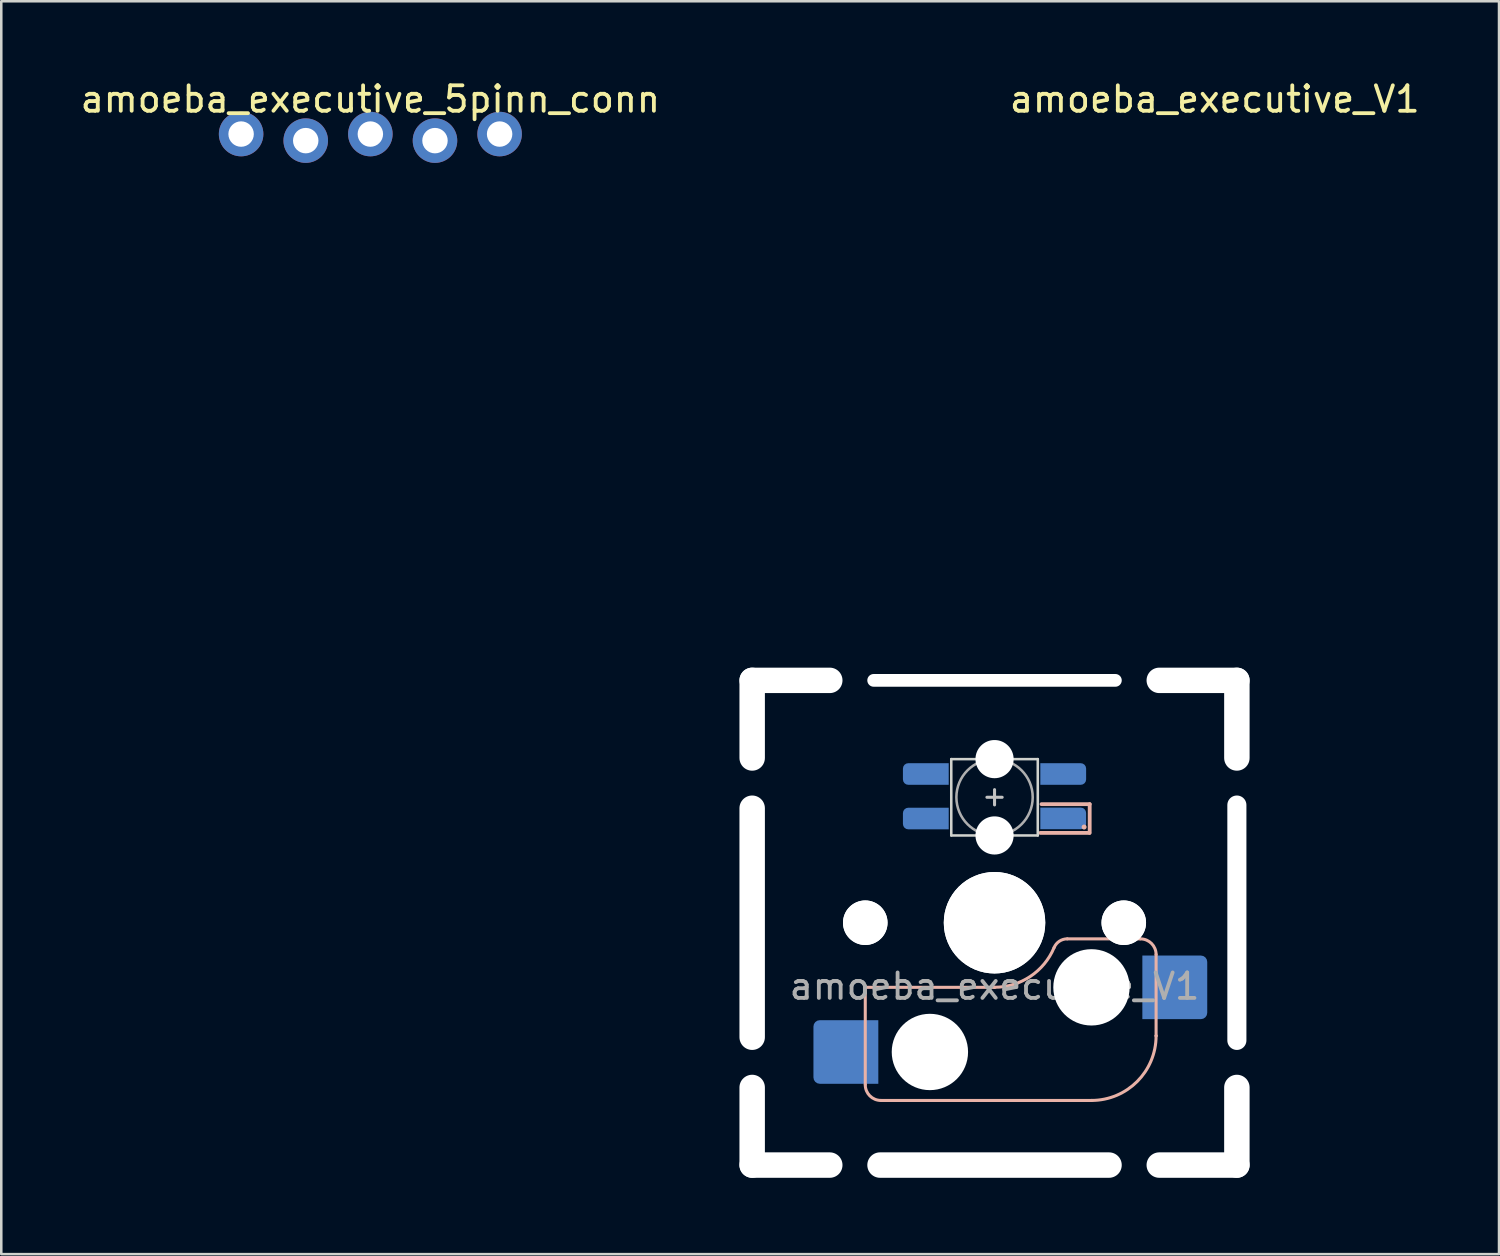
<source format=kicad_pcb>
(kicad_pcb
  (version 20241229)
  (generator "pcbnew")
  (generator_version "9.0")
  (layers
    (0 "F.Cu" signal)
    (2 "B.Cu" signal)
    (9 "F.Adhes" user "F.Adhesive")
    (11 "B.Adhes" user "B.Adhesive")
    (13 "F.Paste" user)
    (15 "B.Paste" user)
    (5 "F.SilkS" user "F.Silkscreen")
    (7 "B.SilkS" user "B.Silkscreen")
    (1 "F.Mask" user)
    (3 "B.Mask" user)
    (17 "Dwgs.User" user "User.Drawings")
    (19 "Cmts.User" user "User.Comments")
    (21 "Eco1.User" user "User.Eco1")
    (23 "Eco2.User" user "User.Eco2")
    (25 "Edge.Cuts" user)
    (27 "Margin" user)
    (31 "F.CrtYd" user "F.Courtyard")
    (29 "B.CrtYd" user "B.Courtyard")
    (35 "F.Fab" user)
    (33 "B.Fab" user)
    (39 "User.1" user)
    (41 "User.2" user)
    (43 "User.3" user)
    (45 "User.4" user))
  (footprint "amoeba_executive_V1"
    (layer "F.Cu")
    (at 36.037 33.215)
    (property "Reference" "amoeba_executive_V1" (at 8.655 -32.367 0) (unlocked yes) (layer "F.SilkS") (effects (font (size 1 1) (thickness 0.15))))
    (attr through_hole)
    (fp_line (start -5.08 2.54) (end -5.08 2.54) (stroke (width 0.12) (type solid)) (layer "B.SilkS"))
    (fp_line (start -5.08 2.54) (end -5.08 2.54) (stroke (width 0.12) (type solid)) (layer "B.SilkS"))
    (fp_line (start -5.08 6.36) (end -5.08 2.54) (stroke (width 0.12) (type solid)) (layer "B.SilkS"))
    (fp_line (start -4.46 6.985) (end 3.81 6.985) (stroke (width 0.12) (type solid)) (layer "B.SilkS"))
    (fp_line (start 0 2.54) (end -5.08 2.54) (stroke (width 0.12) (type solid)) (layer "B.SilkS"))
    (fp_line (start 0 2.54) (end 0 2.54) (stroke (width 0.12) (type solid)) (layer "B.SilkS"))
    (fp_line (start 1.8 -3.53) (end 3.724 -3.53) (stroke (width 0.15) (type solid)) (layer "B.SilkS"))
    (fp_line (start 2.86 0.635) (end 5.72 0.635) (stroke (width 0.12) (type solid)) (layer "B.SilkS"))
    (fp_line (start 3.74 -4.66) (end 1.847 -4.66) (stroke (width 0.15) (type solid)) (layer "B.SilkS"))
    (fp_line (start 3.74 -3.53) (end 3.74 -4.66) (stroke (width 0.15) (type solid)) (layer "B.SilkS"))
    (fp_line (start 3.81 6.985) (end 3.81 6.985) (stroke (width 0.12) (type solid)) (layer "B.SilkS"))
    (fp_line (start 6.35 1.25) (end 6.35 4.445) (stroke (width 0.12) (type solid)) (layer "B.SilkS"))
    (fp_line (start 6.35 4.445) (end 6.35 4.445) (stroke (width 0.12) (type solid)) (layer "B.SilkS"))
    (fp_arc (start -4.465 6.985) (mid -4.899871 6.804871) (end -5.08 6.37) (stroke (width 0.12) (type default)) (layer "B.SilkS"))
    (fp_arc (start 2.34 0.98) (mid 1.405313 2.11213) (end 0 2.536928) (stroke (width 0.12) (type solid)) (layer "B.SilkS"))
    (fp_arc (start 2.34 0.98) (mid 2.547383 0.727891) (end 2.859999 0.633863) (stroke (width 0.12) (type default)) (layer "B.SilkS"))
    (fp_arc (start 5.735129 0.635) (mid 6.170016 0.815134) (end 6.350129 1.25) (stroke (width 0.12) (type default)) (layer "B.SilkS"))
    (fp_arc (start 6.35 4.445) (mid 5.606051 6.241051) (end 3.81 6.985) (stroke (width 0.12) (type solid)) (layer "B.SilkS"))
    (fp_circle (center 3.521 -3.76) (end 3.62 -3.76) (stroke (width 0) (type solid)) (fill yes) (layer "B.SilkS"))
    (fp_line (start -9.525 -9.525) (end -9.525 -9.525) (stroke (width 0.15) (type solid)) (layer "Dwgs.User"))
    (fp_line (start -9.525 -9.525) (end -9.525 -9.525) (stroke (width 0.15) (type solid)) (layer "Dwgs.User"))
    (fp_line (start -9.525 -9.525) (end -9.525 -9.525) (stroke (width 0.15) (type solid)) (layer "Dwgs.User"))
    (fp_line (start -9.525 -9.525) (end -9.525 -9.525) (stroke (width 0.15) (type solid)) (layer "Dwgs.User"))
    (fp_line (start -9.525 9.525) (end -9.525 9.525) (stroke (width 0.15) (type solid)) (layer "Dwgs.User"))
    (fp_line (start -9.525 9.525) (end -9.525 9.525) (stroke (width 0.15) (type solid)) (layer "Dwgs.User"))
    (fp_line (start -9.525 9.525) (end -9.525 9.525) (stroke (width 0.15) (type solid)) (layer "Dwgs.User"))
    (fp_line (start -9.525 9.525) (end -9.525 9.525) (stroke (width 0.15) (type solid)) (layer "Dwgs.User"))
    (fp_line (start -0.299 -4.93) (end 0.3 -4.93) (stroke (width 0.12) (type solid)) (layer "Dwgs.User"))
    (fp_line (start 0.001 -4.63) (end 0.001 -5.23) (stroke (width 0.12) (type solid)) (layer "Dwgs.User"))
    (fp_line (start 9.525 -9.525) (end 9.525 -9.525) (stroke (width 0.15) (type solid)) (layer "Dwgs.User"))
    (fp_line (start 9.525 -9.525) (end 9.525 -9.525) (stroke (width 0.15) (type solid)) (layer "Dwgs.User"))
    (fp_line (start 9.525 -9.525) (end 9.525 -9.525) (stroke (width 0.15) (type solid)) (layer "Dwgs.User"))
    (fp_line (start 9.525 -9.525) (end 9.525 -9.525) (stroke (width 0.15) (type solid)) (layer "Dwgs.User"))
    (fp_line (start 9.525 9.525) (end 9.525 9.525) (stroke (width 0.15) (type solid)) (layer "Dwgs.User"))
    (fp_line (start 9.525 9.525) (end 9.525 9.525) (stroke (width 0.15) (type solid)) (layer "Dwgs.User"))
    (fp_line (start 9.525 9.525) (end 9.525 9.525) (stroke (width 0.15) (type solid)) (layer "Dwgs.User"))
    (fp_line (start 9.525 9.525) (end 9.525 9.525) (stroke (width 0.15) (type solid)) (layer "Dwgs.User"))
    (fp_line (start -9.525 -1.27) (end -9.525 -3.81) (stroke (width 0.1) (type solid)) (layer "Eco1.User"))
    (fp_line (start -9.525 1.27) (end -9.525 3.81) (stroke (width 0.1) (type solid)) (layer "Eco1.User"))
    (fp_line (start -8.255 -7.62) (end -8.255 -5.08) (stroke (width 0.1) (type solid)) (layer "Eco1.User"))
    (fp_line (start -8.255 5.08) (end -8.255 7.62) (stroke (width 0.1) (type solid)) (layer "Eco1.User"))
    (fp_line (start -7.62 -8.255) (end -6.35 -8.255) (stroke (width 0.1) (type solid)) (layer "Eco1.User"))
    (fp_line (start -7.62 -7.62) (end -5.62 -7.62) (stroke (width 0.381) (type solid)) (layer "Eco1.User"))
    (fp_line (start -7.62 -5.62) (end -7.62 -7.62) (stroke (width 0.381) (type solid)) (layer "Eco1.User"))
    (fp_line (start -7.62 5.62) (end -7.62 7.62) (stroke (width 0.381) (type solid)) (layer "Eco1.User"))
    (fp_line (start -7.62 7.62) (end -5.62 7.62) (stroke (width 0.381) (type solid)) (layer "Eco1.User"))
    (fp_line (start -7.62 8.255) (end -6.35 8.255) (stroke (width 0.1) (type solid)) (layer "Eco1.User"))
    (fp_line (start -5.08 -9.525) (end -2.293 -9.525) (stroke (width 0.1) (type solid)) (layer "Eco1.User"))
    (fp_line (start -5.08 9.525) (end -2.293 9.525) (stroke (width 0.1) (type solid)) (layer "Eco1.User"))
    (fp_line (start 0.247 9.525) (end 5.08 9.525) (stroke (width 0.1) (type solid)) (layer "Eco1.User"))
    (fp_line (start 5.08 -9.525) (end 0.247 -9.525) (stroke (width 0.1) (type solid)) (layer "Eco1.User"))
    (fp_line (start 5.62 -7.62) (end 7.62 -7.62) (stroke (width 0.381) (type solid)) (layer "Eco1.User"))
    (fp_line (start 5.62 7.62) (end 7.62 7.62) (stroke (width 0.381) (type solid)) (layer "Eco1.User"))
    (fp_line (start 6.35 -8.255) (end 7.62 -8.255) (stroke (width 0.1) (type solid)) (layer "Eco1.User"))
    (fp_line (start 7.62 -5.62) (end 7.62 -7.62) (stroke (width 0.381) (type solid)) (layer "Eco1.User"))
    (fp_line (start 7.62 7.62) (end 7.62 5.62) (stroke (width 0.381) (type solid)) (layer "Eco1.User"))
    (fp_line (start 7.62 8.255) (end 6.35 8.255) (stroke (width 0.1) (type solid)) (layer "Eco1.User"))
    (fp_line (start 8.255 -7.62) (end 8.255 -5.08) (stroke (width 0.1) (type solid)) (layer "Eco1.User"))
    (fp_line (start 8.255 7.62) (end 8.255 5.08) (stroke (width 0.1) (type solid)) (layer "Eco1.User"))
    (fp_line (start 9.525 -1.27) (end 9.525 -3.81) (stroke (width 0.1) (type solid)) (layer "Eco1.User"))
    (fp_line (start 9.525 1.27) (end 9.525 3.81) (stroke (width 0.1) (type solid)) (layer "Eco1.User"))
    (fp_arc (start -9.525 -3.81) (mid -9.339013 -4.259013) (end -8.89 -4.445) (stroke (width 0.1) (type solid)) (layer "Eco1.User"))
    (fp_arc (start -9.525 -1.8) (mid -7.725 0) (end -9.525 1.8) (stroke (width 0.1) (type solid)) (layer "Eco1.User"))
    (fp_arc (start -9.525 -1.27) (mid -8.255 0) (end -9.525 1.27) (stroke (width 0.1) (type solid)) (layer "Eco1.User"))
    (fp_arc (start -8.89 4.445) (mid -9.339013 4.259013) (end -9.525 3.81) (stroke (width 0.1) (type solid)) (layer "Eco1.User"))
    (fp_arc (start -8.89 4.445) (mid -8.440987 4.630987) (end -8.255 5.08) (stroke (width 0.1) (type solid)) (layer "Eco1.User"))
    (fp_arc (start -8.255 -7.62) (mid -8.069013 -8.069013) (end -7.62 -8.255) (stroke (width 0.1) (type solid)) (layer "Eco1.User"))
    (fp_arc (start -8.255 -5.08) (mid -8.440987 -4.630987) (end -8.89 -4.445) (stroke (width 0.1) (type solid)) (layer "Eco1.User"))
    (fp_arc (start -7.62 8.255) (mid -8.069013 8.069013) (end -8.255 7.62) (stroke (width 0.1) (type solid)) (layer "Eco1.User"))
    (fp_arc (start -6.35 8.255) (mid -5.900987 8.440987) (end -5.715 8.89) (stroke (width 0.1) (type solid)) (layer "Eco1.User"))
    (fp_arc (start -5.715 -8.89) (mid -5.900987 -8.440987) (end -6.35 -8.255) (stroke (width 0.1) (type solid)) (layer "Eco1.User"))
    (fp_arc (start -5.715 -8.89) (mid -5.529013 -9.339013) (end -5.08 -9.525) (stroke (width 0.1) (type solid)) (layer "Eco1.User"))
    (fp_arc (start -5.08 9.525) (mid -5.529013 9.339013) (end -5.715 8.89) (stroke (width 0.1) (type solid)) (layer "Eco1.User"))
    (fp_arc (start -2.8264 9.525) (mid -1.023 7.7216) (end 0.7804 9.525) (stroke (width 0.1) (type solid)) (layer "Eco1.User"))
    (fp_arc (start -2.293 9.525) (mid -1.023 8.255) (end 0.247 9.525) (stroke (width 0.1) (type solid)) (layer "Eco1.User"))
    (fp_arc (start 0.247 -9.525) (mid -1.023 -8.255) (end -2.293 -9.525) (stroke (width 0.1) (type solid)) (layer "Eco1.User"))
    (fp_arc (start 0.7804 -9.525) (mid -1.023 -7.7216) (end -2.8264 -9.525) (stroke (width 0.1) (type solid)) (layer "Eco1.User"))
    (fp_arc (start 5.08 -9.525) (mid 5.529013 -9.339013) (end 5.715 -8.89) (stroke (width 0.1) (type solid)) (layer "Eco1.User"))
    (fp_arc (start 5.715 8.89) (mid 5.529013 9.339013) (end 5.08 9.525) (stroke (width 0.1) (type solid)) (layer "Eco1.User"))
    (fp_arc (start 5.715 8.89) (mid 5.900987 8.440987) (end 6.35 8.255) (stroke (width 0.1) (type solid)) (layer "Eco1.User"))
    (fp_arc (start 6.35 -8.255) (mid 5.900987 -8.440987) (end 5.715 -8.89) (stroke (width 0.1) (type solid)) (layer "Eco1.User"))
    (fp_arc (start 7.62 -8.255) (mid 8.069013 -8.069013) (end 8.255 -7.62) (stroke (width 0.1) (type solid)) (layer "Eco1.User"))
    (fp_arc (start 8.255 5.08) (mid 8.440987 4.630987) (end 8.89 4.445) (stroke (width 0.1) (type solid)) (layer "Eco1.User"))
    (fp_arc (start 8.255 7.62) (mid 8.069013 8.069013) (end 7.62 8.255) (stroke (width 0.1) (type solid)) (layer "Eco1.User"))
    (fp_arc (start 8.89 -4.445) (mid 8.440987 -4.630987) (end 8.255 -5.08) (stroke (width 0.1) (type solid)) (layer "Eco1.User"))
    (fp_arc (start 8.89 -4.445) (mid 9.339013 -4.259013) (end 9.525 -3.81) (stroke (width 0.1) (type solid)) (layer "Eco1.User"))
    (fp_arc (start 9.525 1.27) (mid 8.255 0) (end 9.525 -1.27) (stroke (width 0.1) (type solid)) (layer "Eco1.User"))
    (fp_arc (start 9.525 1.8254) (mid 7.6996 0) (end 9.525 -1.8254) (stroke (width 0.1) (type solid)) (layer "Eco1.User"))
    (fp_arc (start 9.525 3.81) (mid 9.339013 4.259013) (end 8.89 4.445) (stroke (width 0.1) (type solid)) (layer "Eco1.User"))
    (fp_rect (start 7 7) (end -7 -7) (stroke (width 0.1) (type default)) (fill no) (layer "Eco2.User"))
    (fp_line (start -1.7 -6.43) (end -1.7 -3.43) (stroke (width 0.1) (type solid)) (layer "Edge.Cuts"))
    (fp_line (start 1.7 -6.43) (end -1.7 -6.43) (stroke (width 0.1) (type solid)) (layer "Edge.Cuts"))
    (fp_line (start 1.7 -3.43) (end -1.7 -3.43) (stroke (width 0.1) (type solid)) (layer "Edge.Cuts"))
    (fp_line (start 1.7 -3.43) (end 1.7 -6.43) (stroke (width 0.1) (type solid)) (layer "Edge.Cuts"))
    (fp_circle (center 0.001 -4.93) (end 0.001 -6.43) (stroke (width 0.1) (type solid)) (fill no) (layer "F.Fab"))
    (fp_line (start -9.525 9.525) (end -9.525 -9.525) (stroke (width 0.15) (type solid)) (layer "User.2"))
    (fp_line (start 9.525 -9.525) (end -9.525 -9.525) (stroke (width 0.15) (type solid)) (layer "User.2"))
    (fp_line (start 9.525 9.525) (end -9.525 9.525) (stroke (width 0.15) (type solid)) (layer "User.2"))
    (fp_line (start 9.525 9.525) (end 9.525 -9.525) (stroke (width 0.15) (type solid)) (layer "User.2"))
    (fp_text user "${REFERENCE}" (at 0 2.5 0) (unlocked yes) (layer "F.Fab") (effects (font (size 1 1) (thickness 0.15))))
    (pad "" np_thru_hole oval (at -9.525 -8 90) (size 4.05 1) (drill oval 4.05 1) (layers "*.Cu" "*.Mask"))
    (pad "" np_thru_hole oval (at -9.525 0 90) (size 10 1) (drill oval 10 1) (layers "*.Cu" "*.Mask"))
    (pad "" np_thru_hole oval (at -9.525 8 90) (size 4.05 1) (drill oval 4.05 1) (layers "*.Cu" "*.Mask"))
    (pad "" np_thru_hole oval (at -8 -9.525) (size 4.05 1) (drill oval 4.05 1) (layers "*.Cu" "*.Mask"))
    (pad "" np_thru_hole oval (at -8 9.525) (size 4.05 1) (drill oval 4.05 1) (layers "*.Cu" "*.Mask"))
    (pad "" np_thru_hole circle (at -5.08 0 180) (size 1.75 1.75) (drill 1.75) (layers "*.Cu" "*.Mask"))
    (pad "" np_thru_hole circle (at -5.08 0 180) (size 1.75 1.75) (drill 1.75) (layers "*.Cu" "*.Mask"))
    (pad "" smd roundrect (at -2.689 -5.845) (size 1.82 0.85) (layers "B.Mask") (roundrect_rratio 0.25) (chamfer_ratio 0) (chamfer top_right bottom_right))
    (pad "" smd roundrect (at -2.689 -4.095) (size 1.82 0.84) (layers "B.Mask") (roundrect_rratio 0.25) (chamfer_ratio 0) (chamfer top_right bottom_right))
    (pad "" np_thru_hole circle (at -2.54 5.08 180) (size 3 3) (drill 3) (layers "*.Cu" "*.Mask"))
    (pad "" np_thru_hole oval (at 0 -9.525) (size 10 0.5) (drill oval 10 0.5) (layers "*.Cu" "*.Mask"))
    (pad "" np_thru_hole circle (at 0 0 180) (size 3.988 3.988) (drill 3.988) (layers "*.Cu" "*.Mask"))
    (pad "" np_thru_hole circle (at 0 0 180) (size 3.988 3.988) (drill 3.988) (layers "*.Cu" "*.Mask"))
    (pad "" np_thru_hole oval (at 0 9.525) (size 10 1) (drill oval 10 1) (layers "*.Cu" "*.Mask"))
    (pad "" np_thru_hole circle (at 0.001 -6.43 180) (size 1.5 1.5) (drill 1.5) (layers "*.Cu" "*.Mask"))
    (pad "" np_thru_hole circle (at 0.001 -3.43 180) (size 1.5 1.5) (drill 1.5) (layers "*.Cu" "*.Mask"))
    (pad "" smd rect (at 2.471 -4.09 180) (size 1.38 0.84) (layers "B.Mask"))
    (pad "" smd roundrect (at 2.691 -5.84 180) (size 1.82 0.84) (layers "B.Mask") (roundrect_rratio 0.25) (chamfer_ratio 0) (chamfer top_right bottom_right))
    (pad "" smd roundrect (at 2.855 -4.09 180) (size 1.49 0.84) (layers "B.Mask") (roundrect_rratio 0.25) (chamfer_ratio 0.5) (chamfer top_left))
    (pad "" np_thru_hole circle (at 3.81 2.54 180) (size 3 3) (drill 3) (layers "*.Cu" "*.Mask"))
    (pad "" np_thru_hole circle (at 5.08 0 180) (size 1.75 1.75) (drill 1.75) (layers "*.Cu" "*.Mask"))
    (pad "" np_thru_hole circle (at 5.08 0 180) (size 1.75 1.75) (drill 1.75) (layers "*.Cu" "*.Mask"))
    (pad "" np_thru_hole oval (at 8 -9.525) (size 4.05 1) (drill oval 4.05 1) (layers "*.Cu" "*.Mask"))
    (pad "" np_thru_hole oval (at 8 9.525) (size 4.05 1) (drill oval 4.05 1) (layers "*.Cu" "*.Mask"))
    (pad "" np_thru_hole oval (at 9.525 -8 90) (size 4.05 1) (drill oval 4.05 1) (layers "*.Cu" "*.Mask"))
    (pad "" np_thru_hole oval (at 9.525 0 90) (size 10 0.75) (drill oval 10 0.75) (layers "*.Cu" "*.Mask"))
    (pad "" np_thru_hole oval (at 9.525 8 90) (size 4.05 1) (drill oval 4.05 1) (layers "*.Cu" "*.Mask"))
    (pad "2" smd custom (at -2.7 -4.095 180) (size 0.85 0.85) (layers "B.Cu") (options (anchor circle)) (primitives (gr_poly (pts (xy -0.9 -0.425) (xy 0.688 -0.425) (xy 0.769 -0.409) (xy 0.838 -0.363) (xy 0.884 -0.294) (xy 0.9 -0.212) (xy 0.9 0.212) (xy 0.884 0.294) (xy 0.838 0.363) (xy 0.769 0.409) (xy 0.688 0.425) (xy -0.9 0.425)) (width 0) (fill yes))))
    (pad "4" smd custom (at 2.7 -5.845) (size 0.85 0.85) (layers "B.Cu") (options (anchor circle)) (primitives (gr_poly (pts (xy -0.9 -0.425) (xy 0.688 -0.425) (xy 0.769 -0.409) (xy 0.838 -0.363) (xy 0.884 -0.294) (xy 0.9 -0.212) (xy 0.9 0.212) (xy 0.884 0.294) (xy 0.838 0.363) (xy 0.769 0.409) (xy 0.688 0.425) (xy -0.9 0.425)) (width 0) (fill yes))))
    (pad "5" smd roundrect (at 7.085 2.54 180) (size 2.55 2.5) (layers "B.Cu" "B.Mask" "B.Paste") (roundrect_rratio 0.1) (chamfer_ratio 0) (chamfer top_right bottom_right))
    (pad "6" smd roundrect (at -5.842 5.08 180) (size 2.55 2.5) (layers "B.Cu" "B.Mask" "B.Paste") (roundrect_rratio 0.1) (chamfer_ratio 0) (chamfer top_left bottom_left))
    (pad "GND" smd custom (at 2.7 -4.1 180) (size 0.85 0.85) (layers "B.Cu") (options (anchor circle)) (primitives (gr_poly (pts (xy 0.9 -0.425) (xy -0.688 -0.425) (xy -0.769 -0.409) (xy -0.838 -0.363) (xy -0.884 -0.294) (xy -0.9 -0.212) (xy -0.9 0.212) (xy -0.884 0.294) (xy -0.838 0.363) (xy -0.769 0.409) (xy -0.688 0.425) (xy 0.9 0.425)) (width 0) (fill yes))))
    (pad "VCC" smd custom (at -2.7 -5.845) (size 0.85 0.85) (layers "B.Cu") (options (anchor circle)) (primitives (gr_poly (pts (xy -0.9 -0.212) (xy -0.884 -0.294) (xy -0.838 -0.363) (xy -0.769 -0.409) (xy -0.688 -0.425) (xy 0.9 -0.425) (xy 0.9 0.425) (xy -0.688 0.425) (xy -0.769 0.409) (xy -0.838 0.363) (xy -0.884 0.294) (xy -0.9 0.212)) (width 0) (fill yes)))))
  (footprint "amoeba_executive_5pinn_conn"
    (layer "F.Cu")
    (at 11.506 2.348)
    (property "Reference" "amoeba_executive_5pinn_conn" (at 0 -1.5 0) (unlocked yes) (layer "F.SilkS") (effects (font (size 1 1) (thickness 0.15))))
    (attr through_hole)
    (pad "1" thru_hole circle (at -5.08 -0.129 180) (size 1.75 1.75) (drill 1) (layers "*.Cu" "F.Mask"))
    (pad "2" thru_hole circle (at -2.54 0.129 180) (size 1.75 1.75) (drill 1) (layers "*.Cu" "F.Mask"))
    (pad "3" thru_hole circle (at 0 -0.129 180) (size 1.75 1.75) (drill 1) (layers "*.Cu" "F.Mask"))
    (pad "4" thru_hole circle (at 2.54 0.129 180) (size 1.75 1.75) (drill 1) (layers "*.Cu" "F.Mask"))
    (pad "5" thru_hole circle (at 5.08 -0.129 180) (size 1.75 1.75) (drill 1) (layers "*.Cu" "F.Mask")))
  (gr_rect
    (start -3 -3)
    (end 55.865 46.24)
    (stroke (width 0.1) (type default))
    (fill no)
    (layer "Edge.Cuts")))
</source>
